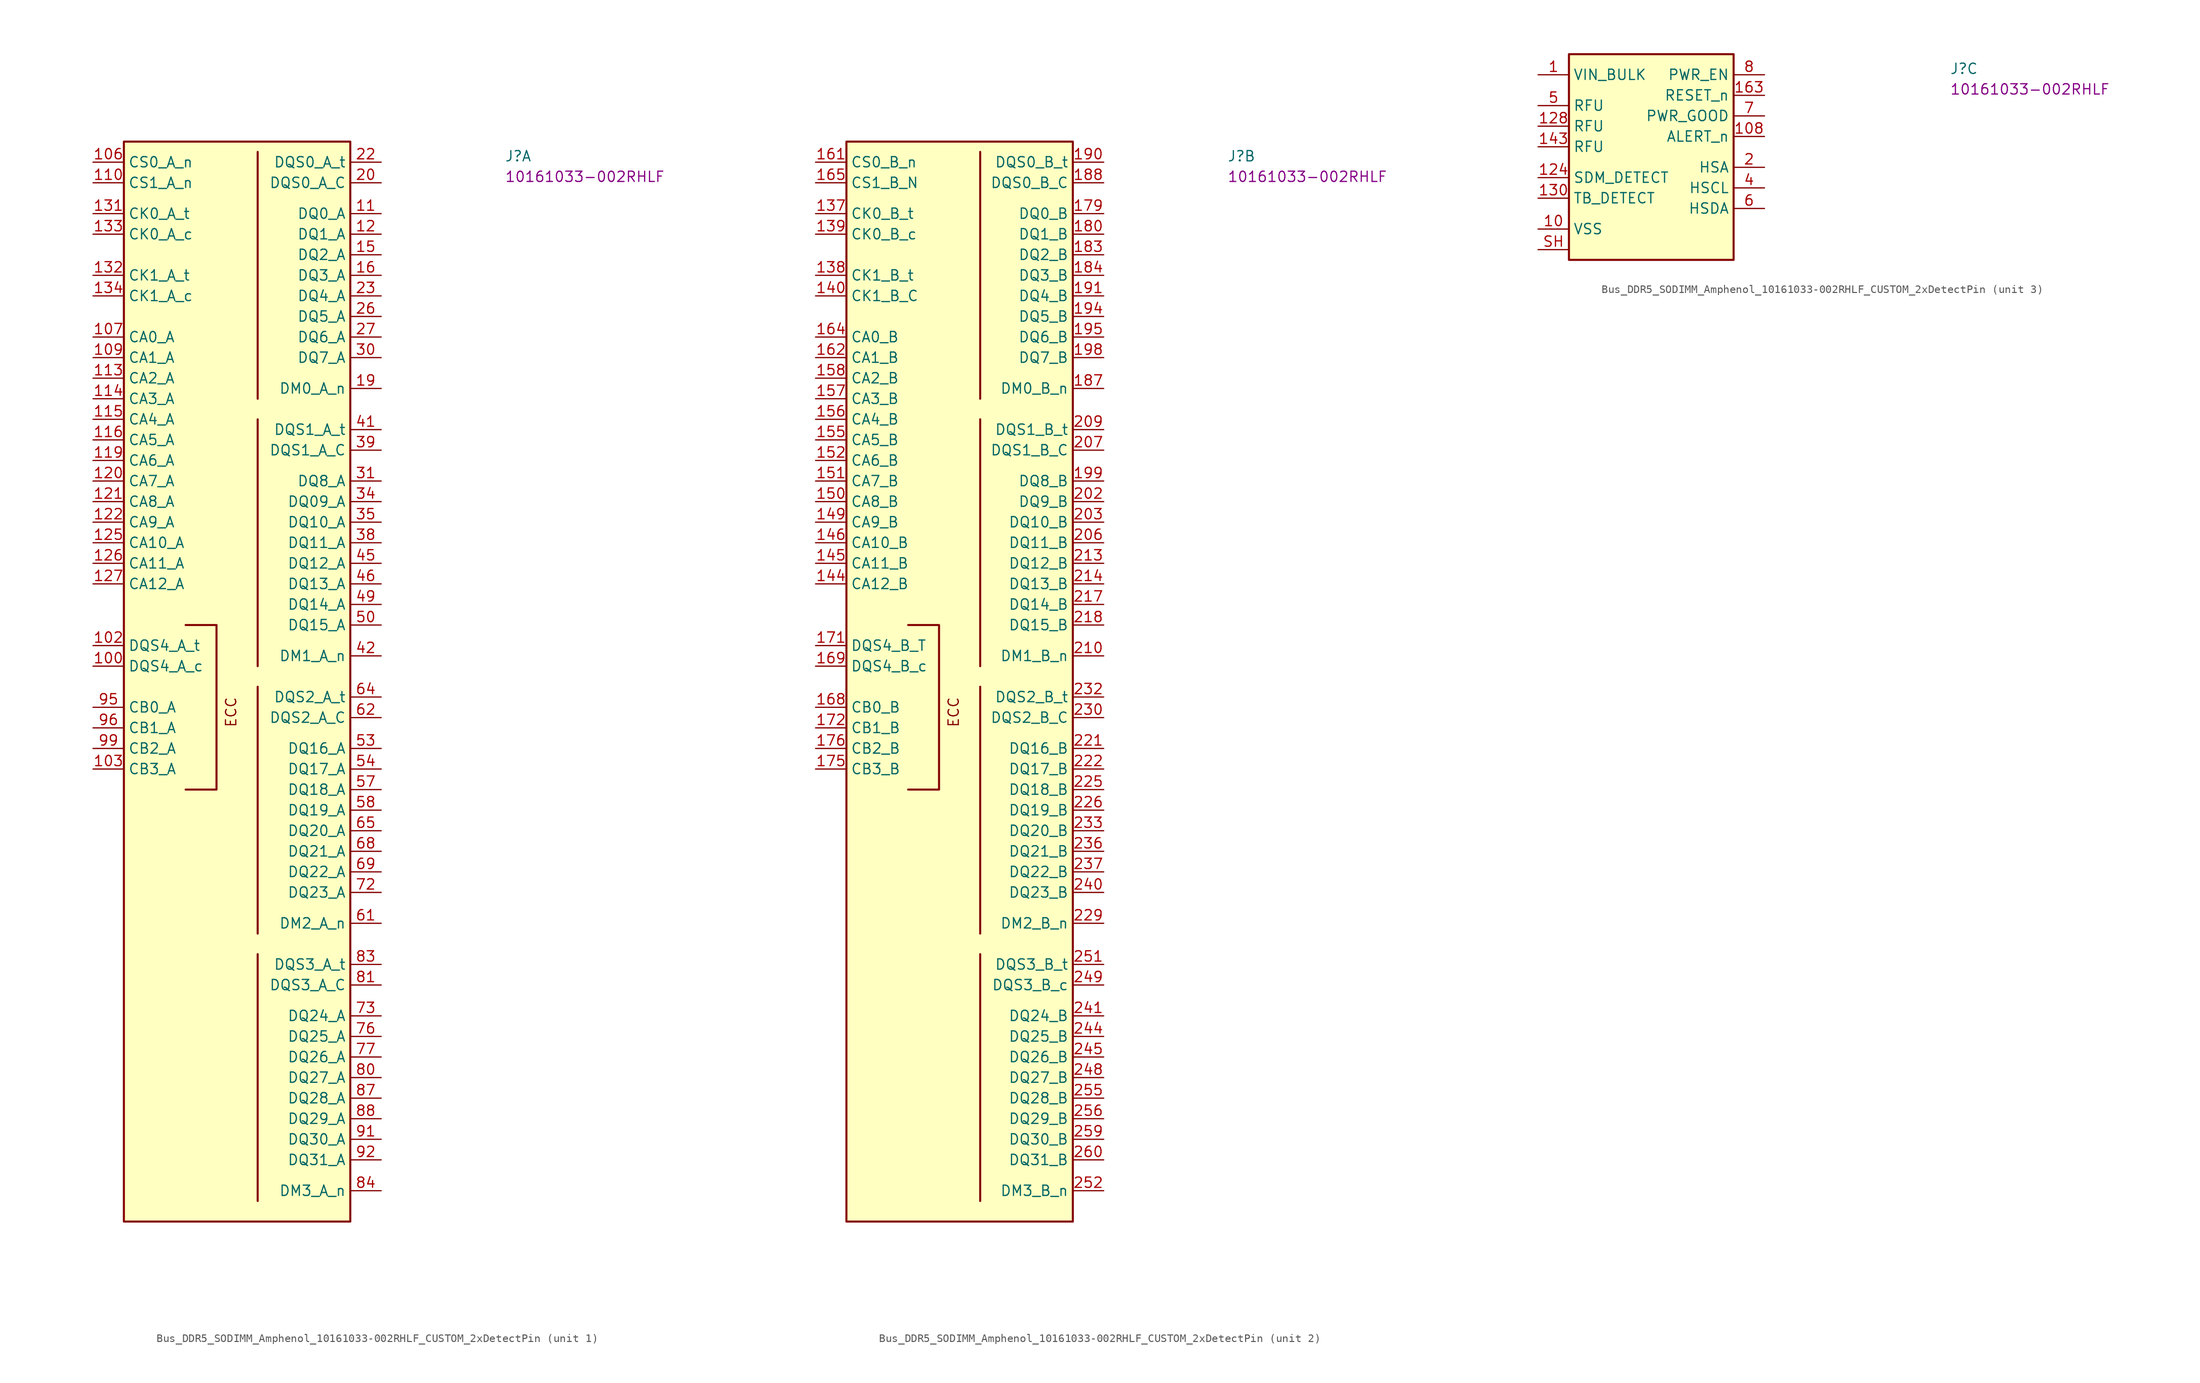
<source format=kicad_sym>
(kicad_symbol_lib
  (version 20211014)
  (generator kicad_symbol_editor)
  (symbol "Bus_DDR5_SODIMM_Amphenol_10161033-002RHLF_CUSTOM_2xDetectPin"
    (property "Reference" "J"
      (at 50.8 0 0)
      (effects (font (size 1.27 1.27) (thickness 0.15)) (justify left bottom)))
    (property "MPN" "10161033-002RHLF"
      (at 50.8 -2.54 0)
      (effects (font (size 1.27 1.27) (thickness 0.15)) (justify left bottom)))
    (property "ki_locked" ""
      (at 0 0 0)
      (effects (font (size 1.27 1.27))))
    (symbol "Bus_DDR5_SODIMM_Amphenol_10161033-002RHLF_CUSTOM_2xDetectPin_1_1"
      (polyline (pts (xy 20.32 -97.79) (xy 20.32 -128.27)) (stroke (width 0.254) (type default) (color 0 0 0 0)) (fill (type background)))
      (polyline (pts (xy 20.32 -64.77) (xy 20.32 -95.25)) (stroke (width 0.254) (type default) (color 0 0 0 0)) (fill (type background)))
      (polyline (pts (xy 20.32 -31.75) (xy 20.32 -62.23)) (stroke (width 0.254) (type default) (color 0 0 0 0)) (fill (type background)))
      (polyline (pts (xy 20.32 1.27) (xy 20.32 -29.21)) (stroke (width 0.254) (type default) (color 0 0 0 0)) (fill (type background)))
      (polyline (pts (xy 11.43 -57.15) (xy 15.24 -57.15) (xy 15.24 -77.47) (xy 11.43 -77.47)) (stroke (width 0.254) (type default) (color 0 0 0 0)) (fill (type background)))
      (rectangle (start 3.81 2.54) (end 31.75 -130.81) (stroke (width 0.254) (type default) (color 0 0 0 0)) (fill (type background)))
      (text "ECC" (at 17.78 -69.85 900) (effects (font (size 1.27 1.27) (thickness 0.15)) (justify left bottom)))
      (pin passive line (at 0 -62.23 0) (length 3.81) (name "DQS4_A_c" (effects (font (size 1.27 1.27)))) (number "100" (effects (font (size 1.27 1.27)))))
      (pin passive line (at 0 -59.69 0) (length 3.81) (name "DQS4_A_t" (effects (font (size 1.27 1.27)))) (number "102" (effects (font (size 1.27 1.27)))))
      (pin passive line (at 0 -74.93 0) (length 3.81) (name "CB3_A" (effects (font (size 1.27 1.27)))) (number "103" (effects (font (size 1.27 1.27)))))
      (pin passive line (at 0 0 0) (length 3.81) (name "CS0_A_n" (effects (font (size 1.27 1.27)))) (number "106" (effects (font (size 1.27 1.27)))))
      (pin passive line (at 0 -21.59 0) (length 3.81) (name "CA0_A" (effects (font (size 1.27 1.27)))) (number "107" (effects (font (size 1.27 1.27)))))
      (pin passive line (at 0 -24.13 0) (length 3.81) (name "CA1_A" (effects (font (size 1.27 1.27)))) (number "109" (effects (font (size 1.27 1.27)))))
      (pin passive line (at 35.56 -6.35 180) (length 3.81) (name "DQ0_A" (effects (font (size 1.27 1.27)))) (number "11" (effects (font (size 1.27 1.27)))))
      (pin passive line (at 0 -2.54 0) (length 3.81) (name "CS1_A_n" (effects (font (size 1.27 1.27)))) (number "110" (effects (font (size 1.27 1.27)))))
      (pin passive line (at 0 -26.67 0) (length 3.81) (name "CA2_A" (effects (font (size 1.27 1.27)))) (number "113" (effects (font (size 1.27 1.27)))))
      (pin passive line (at 0 -29.21 0) (length 3.81) (name "CA3_A" (effects (font (size 1.27 1.27)))) (number "114" (effects (font (size 1.27 1.27)))))
      (pin passive line (at 0 -31.75 0) (length 3.81) (name "CA4_A" (effects (font (size 1.27 1.27)))) (number "115" (effects (font (size 1.27 1.27)))))
      (pin passive line (at 0 -34.29 0) (length 3.81) (name "CA5_A" (effects (font (size 1.27 1.27)))) (number "116" (effects (font (size 1.27 1.27)))))
      (pin passive line (at 0 -36.83 0) (length 3.81) (name "CA6_A" (effects (font (size 1.27 1.27)))) (number "119" (effects (font (size 1.27 1.27)))))
      (pin passive line (at 35.56 -8.89 180) (length 3.81) (name "DQ1_A" (effects (font (size 1.27 1.27)))) (number "12" (effects (font (size 1.27 1.27)))))
      (pin passive line (at 0 -39.37 0) (length 3.81) (name "CA7_A" (effects (font (size 1.27 1.27)))) (number "120" (effects (font (size 1.27 1.27)))))
      (pin passive line (at 0 -41.91 0) (length 3.81) (name "CA8_A" (effects (font (size 1.27 1.27)))) (number "121" (effects (font (size 1.27 1.27)))))
      (pin passive line (at 0 -44.45 0) (length 3.81) (name "CA9_A" (effects (font (size 1.27 1.27)))) (number "122" (effects (font (size 1.27 1.27)))))
      (pin passive line (at 0 -46.99 0) (length 3.81) (name "CA10_A" (effects (font (size 1.27 1.27)))) (number "125" (effects (font (size 1.27 1.27)))))
      (pin passive line (at 0 -49.53 0) (length 3.81) (name "CA11_A" (effects (font (size 1.27 1.27)))) (number "126" (effects (font (size 1.27 1.27)))))
      (pin passive line (at 0 -52.07 0) (length 3.81) (name "CA12_A" (effects (font (size 1.27 1.27)))) (number "127" (effects (font (size 1.27 1.27)))))
      (pin passive line (at 0 -6.35 0) (length 3.81) (name "CK0_A_t" (effects (font (size 1.27 1.27)))) (number "131" (effects (font (size 1.27 1.27)))))
      (pin passive line (at 0 -13.97 0) (length 3.81) (name "CK1_A_t" (effects (font (size 1.27 1.27)))) (number "132" (effects (font (size 1.27 1.27)))))
      (pin passive line (at 0 -8.89 0) (length 3.81) (name "CK0_A_c" (effects (font (size 1.27 1.27)))) (number "133" (effects (font (size 1.27 1.27)))))
      (pin passive line (at 0 -16.51 0) (length 3.81) (name "CK1_A_c" (effects (font (size 1.27 1.27)))) (number "134" (effects (font (size 1.27 1.27)))))
      (pin passive line (at 35.56 -11.43 180) (length 3.81) (name "DQ2_A" (effects (font (size 1.27 1.27)))) (number "15" (effects (font (size 1.27 1.27)))))
      (pin passive line (at 35.56 -13.97 180) (length 3.81) (name "DQ3_A" (effects (font (size 1.27 1.27)))) (number "16" (effects (font (size 1.27 1.27)))))
      (pin passive line (at 35.56 -27.94 180) (length 3.81) (name "DM0_A_n" (effects (font (size 1.27 1.27)))) (number "19" (effects (font (size 1.27 1.27)))))
      (pin passive line (at 35.56 -2.54 180) (length 3.81) (name "DQS0_A_C" (effects (font (size 1.27 1.27)))) (number "20" (effects (font (size 1.27 1.27)))))
      (pin passive line (at 35.56 0 180) (length 3.81) (name "DQS0_A_t" (effects (font (size 1.27 1.27)))) (number "22" (effects (font (size 1.27 1.27)))))
      (pin passive line (at 35.56 -16.51 180) (length 3.81) (name "DQ4_A" (effects (font (size 1.27 1.27)))) (number "23" (effects (font (size 1.27 1.27)))))
      (pin passive line (at 35.56 -19.05 180) (length 3.81) (name "DQ5_A" (effects (font (size 1.27 1.27)))) (number "26" (effects (font (size 1.27 1.27)))))
      (pin passive line (at 35.56 -21.59 180) (length 3.81) (name "DQ6_A" (effects (font (size 1.27 1.27)))) (number "27" (effects (font (size 1.27 1.27)))))
      (pin passive line (at 35.56 -24.13 180) (length 3.81) (name "DQ7_A" (effects (font (size 1.27 1.27)))) (number "30" (effects (font (size 1.27 1.27)))))
      (pin passive line (at 35.56 -39.37 180) (length 3.81) (name "DQ8_A" (effects (font (size 1.27 1.27)))) (number "31" (effects (font (size 1.27 1.27)))))
      (pin passive line (at 35.56 -41.91 180) (length 3.81) (name "DQ09_A" (effects (font (size 1.27 1.27)))) (number "34" (effects (font (size 1.27 1.27)))))
      (pin passive line (at 35.56 -44.45 180) (length 3.81) (name "DQ10_A" (effects (font (size 1.27 1.27)))) (number "35" (effects (font (size 1.27 1.27)))))
      (pin passive line (at 35.56 -46.99 180) (length 3.81) (name "DQ11_A" (effects (font (size 1.27 1.27)))) (number "38" (effects (font (size 1.27 1.27)))))
      (pin passive line (at 35.56 -35.56 180) (length 3.81) (name "DQS1_A_C" (effects (font (size 1.27 1.27)))) (number "39" (effects (font (size 1.27 1.27)))))
      (pin passive line (at 35.56 -33.02 180) (length 3.81) (name "DQS1_A_t" (effects (font (size 1.27 1.27)))) (number "41" (effects (font (size 1.27 1.27)))))
      (pin passive line (at 35.56 -60.96 180) (length 3.81) (name "DM1_A_n" (effects (font (size 1.27 1.27)))) (number "42" (effects (font (size 1.27 1.27)))))
      (pin passive line (at 35.56 -49.53 180) (length 3.81) (name "DQ12_A" (effects (font (size 1.27 1.27)))) (number "45" (effects (font (size 1.27 1.27)))))
      (pin passive line (at 35.56 -52.07 180) (length 3.81) (name "DQ13_A" (effects (font (size 1.27 1.27)))) (number "46" (effects (font (size 1.27 1.27)))))
      (pin passive line (at 35.56 -54.61 180) (length 3.81) (name "DQ14_A" (effects (font (size 1.27 1.27)))) (number "49" (effects (font (size 1.27 1.27)))))
      (pin passive line (at 35.56 -57.15 180) (length 3.81) (name "DQ15_A" (effects (font (size 1.27 1.27)))) (number "50" (effects (font (size 1.27 1.27)))))
      (pin passive line (at 35.56 -72.39 180) (length 3.81) (name "DQ16_A" (effects (font (size 1.27 1.27)))) (number "53" (effects (font (size 1.27 1.27)))))
      (pin passive line (at 35.56 -74.93 180) (length 3.81) (name "DQ17_A" (effects (font (size 1.27 1.27)))) (number "54" (effects (font (size 1.27 1.27)))))
      (pin passive line (at 35.56 -77.47 180) (length 3.81) (name "DQ18_A" (effects (font (size 1.27 1.27)))) (number "57" (effects (font (size 1.27 1.27)))))
      (pin passive line (at 35.56 -80.01 180) (length 3.81) (name "DQ19_A" (effects (font (size 1.27 1.27)))) (number "58" (effects (font (size 1.27 1.27)))))
      (pin passive line (at 35.56 -93.98 180) (length 3.81) (name "DM2_A_n" (effects (font (size 1.27 1.27)))) (number "61" (effects (font (size 1.27 1.27)))))
      (pin passive line (at 35.56 -68.58 180) (length 3.81) (name "DQS2_A_C" (effects (font (size 1.27 1.27)))) (number "62" (effects (font (size 1.27 1.27)))))
      (pin passive line (at 35.56 -66.04 180) (length 3.81) (name "DQS2_A_t" (effects (font (size 1.27 1.27)))) (number "64" (effects (font (size 1.27 1.27)))))
      (pin passive line (at 35.56 -82.55 180) (length 3.81) (name "DQ20_A" (effects (font (size 1.27 1.27)))) (number "65" (effects (font (size 1.27 1.27)))))
      (pin passive line (at 35.56 -85.09 180) (length 3.81) (name "DQ21_A" (effects (font (size 1.27 1.27)))) (number "68" (effects (font (size 1.27 1.27)))))
      (pin passive line (at 35.56 -87.63 180) (length 3.81) (name "DQ22_A" (effects (font (size 1.27 1.27)))) (number "69" (effects (font (size 1.27 1.27)))))
      (pin passive line (at 35.56 -90.17 180) (length 3.81) (name "DQ23_A" (effects (font (size 1.27 1.27)))) (number "72" (effects (font (size 1.27 1.27)))))
      (pin passive line (at 35.56 -105.41 180) (length 3.81) (name "DQ24_A" (effects (font (size 1.27 1.27)))) (number "73" (effects (font (size 1.27 1.27)))))
      (pin passive line (at 35.56 -107.95 180) (length 3.81) (name "DQ25_A" (effects (font (size 1.27 1.27)))) (number "76" (effects (font (size 1.27 1.27)))))
      (pin passive line (at 35.56 -110.49 180) (length 3.81) (name "DQ26_A" (effects (font (size 1.27 1.27)))) (number "77" (effects (font (size 1.27 1.27)))))
      (pin passive line (at 35.56 -113.03 180) (length 3.81) (name "DQ27_A" (effects (font (size 1.27 1.27)))) (number "80" (effects (font (size 1.27 1.27)))))
      (pin passive line (at 35.56 -101.6 180) (length 3.81) (name "DQS3_A_C" (effects (font (size 1.27 1.27)))) (number "81" (effects (font (size 1.27 1.27)))))
      (pin passive line (at 35.56 -99.06 180) (length 3.81) (name "DQS3_A_t" (effects (font (size 1.27 1.27)))) (number "83" (effects (font (size 1.27 1.27)))))
      (pin passive line (at 35.56 -127 180) (length 3.81) (name "DM3_A_n" (effects (font (size 1.27 1.27)))) (number "84" (effects (font (size 1.27 1.27)))))
      (pin passive line (at 35.56 -115.57 180) (length 3.81) (name "DQ28_A" (effects (font (size 1.27 1.27)))) (number "87" (effects (font (size 1.27 1.27)))))
      (pin passive line (at 35.56 -118.11 180) (length 3.81) (name "DQ29_A" (effects (font (size 1.27 1.27)))) (number "88" (effects (font (size 1.27 1.27)))))
      (pin passive line (at 35.56 -120.65 180) (length 3.81) (name "DQ30_A" (effects (font (size 1.27 1.27)))) (number "91" (effects (font (size 1.27 1.27)))))
      (pin passive line (at 35.56 -123.19 180) (length 3.81) (name "DQ31_A" (effects (font (size 1.27 1.27)))) (number "92" (effects (font (size 1.27 1.27)))))
      (pin passive line (at 0 -67.31 0) (length 3.81) (name "CB0_A" (effects (font (size 1.27 1.27)))) (number "95" (effects (font (size 1.27 1.27)))))
      (pin passive line (at 0 -69.85 0) (length 3.81) (name "CB1_A" (effects (font (size 1.27 1.27)))) (number "96" (effects (font (size 1.27 1.27)))))
      (pin passive line (at 0 -72.39 0) (length 3.81) (name "CB2_A" (effects (font (size 1.27 1.27)))) (number "99" (effects (font (size 1.27 1.27))))))
    (symbol "Bus_DDR5_SODIMM_Amphenol_10161033-002RHLF_CUSTOM_2xDetectPin_2_1"
      (polyline (pts (xy 20.32 -97.79) (xy 20.32 -128.27)) (stroke (width 0.254) (type default) (color 0 0 0 0)) (fill (type background)))
      (polyline (pts (xy 20.32 -64.77) (xy 20.32 -95.25)) (stroke (width 0.254) (type default) (color 0 0 0 0)) (fill (type background)))
      (polyline (pts (xy 20.32 -31.75) (xy 20.32 -62.23)) (stroke (width 0.254) (type default) (color 0 0 0 0)) (fill (type background)))
      (polyline (pts (xy 20.32 1.27) (xy 20.32 -29.21)) (stroke (width 0.254) (type default) (color 0 0 0 0)) (fill (type background)))
      (polyline (pts (xy 11.43 -57.15) (xy 15.24 -57.15) (xy 15.24 -77.47) (xy 11.43 -77.47)) (stroke (width 0.254) (type default) (color 0 0 0 0)) (fill (type background)))
      (rectangle (start 3.81 2.54) (end 31.75 -130.81) (stroke (width 0.254) (type default) (color 0 0 0 0)) (fill (type background)))
      (text "ECC" (at 17.78 -69.85 900) (effects (font (size 1.27 1.27) (thickness 0.15)) (justify left bottom)))
      (pin passive line (at 0 -6.35 0) (length 3.81) (name "CK0_B_t" (effects (font (size 1.27 1.27)))) (number "137" (effects (font (size 1.27 1.27)))))
      (pin passive line (at 0 -13.97 0) (length 3.81) (name "CK1_B_t" (effects (font (size 1.27 1.27)))) (number "138" (effects (font (size 1.27 1.27)))))
      (pin passive line (at 0 -8.89 0) (length 3.81) (name "CK0_B_c" (effects (font (size 1.27 1.27)))) (number "139" (effects (font (size 1.27 1.27)))))
      (pin passive line (at 0 -16.51 0) (length 3.81) (name "CK1_B_C" (effects (font (size 1.27 1.27)))) (number "140" (effects (font (size 1.27 1.27)))))
      (pin passive line (at 0 -52.07 0) (length 3.81) (name "CA12_B" (effects (font (size 1.27 1.27)))) (number "144" (effects (font (size 1.27 1.27)))))
      (pin passive line (at 0 -49.53 0) (length 3.81) (name "CA11_B" (effects (font (size 1.27 1.27)))) (number "145" (effects (font (size 1.27 1.27)))))
      (pin passive line (at 0 -46.99 0) (length 3.81) (name "CA10_B" (effects (font (size 1.27 1.27)))) (number "146" (effects (font (size 1.27 1.27)))))
      (pin passive line (at 0 -44.45 0) (length 3.81) (name "CA9_B" (effects (font (size 1.27 1.27)))) (number "149" (effects (font (size 1.27 1.27)))))
      (pin passive line (at 0 -41.91 0) (length 3.81) (name "CA8_B" (effects (font (size 1.27 1.27)))) (number "150" (effects (font (size 1.27 1.27)))))
      (pin passive line (at 0 -39.37 0) (length 3.81) (name "CA7_B" (effects (font (size 1.27 1.27)))) (number "151" (effects (font (size 1.27 1.27)))))
      (pin passive line (at 0 -36.83 0) (length 3.81) (name "CA6_B" (effects (font (size 1.27 1.27)))) (number "152" (effects (font (size 1.27 1.27)))))
      (pin passive line (at 0 -34.29 0) (length 3.81) (name "CA5_B" (effects (font (size 1.27 1.27)))) (number "155" (effects (font (size 1.27 1.27)))))
      (pin passive line (at 0 -31.75 0) (length 3.81) (name "CA4_B" (effects (font (size 1.27 1.27)))) (number "156" (effects (font (size 1.27 1.27)))))
      (pin passive line (at 0 -29.21 0) (length 3.81) (name "CA3_B" (effects (font (size 1.27 1.27)))) (number "157" (effects (font (size 1.27 1.27)))))
      (pin passive line (at 0 -26.67 0) (length 3.81) (name "CA2_B" (effects (font (size 1.27 1.27)))) (number "158" (effects (font (size 1.27 1.27)))))
      (pin passive line (at 0 0 0) (length 3.81) (name "CS0_B_n" (effects (font (size 1.27 1.27)))) (number "161" (effects (font (size 1.27 1.27)))))
      (pin passive line (at 0 -24.13 0) (length 3.81) (name "CA1_B" (effects (font (size 1.27 1.27)))) (number "162" (effects (font (size 1.27 1.27)))))
      (pin passive line (at 0 -21.59 0) (length 3.81) (name "CA0_B" (effects (font (size 1.27 1.27)))) (number "164" (effects (font (size 1.27 1.27)))))
      (pin passive line (at 0 -2.54 0) (length 3.81) (name "CS1_B_N" (effects (font (size 1.27 1.27)))) (number "165" (effects (font (size 1.27 1.27)))))
      (pin passive line (at 0 -67.31 0) (length 3.81) (name "CB0_B" (effects (font (size 1.27 1.27)))) (number "168" (effects (font (size 1.27 1.27)))))
      (pin passive line (at 0 -62.23 0) (length 3.81) (name "DQS4_B_c" (effects (font (size 1.27 1.27)))) (number "169" (effects (font (size 1.27 1.27)))))
      (pin passive line (at 0 -59.69 0) (length 3.81) (name "DQS4_B_T" (effects (font (size 1.27 1.27)))) (number "171" (effects (font (size 1.27 1.27)))))
      (pin passive line (at 0 -69.85 0) (length 3.81) (name "CB1_B" (effects (font (size 1.27 1.27)))) (number "172" (effects (font (size 1.27 1.27)))))
      (pin passive line (at 0 -74.93 0) (length 3.81) (name "CB3_B" (effects (font (size 1.27 1.27)))) (number "175" (effects (font (size 1.27 1.27)))))
      (pin passive line (at 0 -72.39 0) (length 3.81) (name "CB2_B" (effects (font (size 1.27 1.27)))) (number "176" (effects (font (size 1.27 1.27)))))
      (pin passive line (at 35.56 -6.35 180) (length 3.81) (name "DQ0_B" (effects (font (size 1.27 1.27)))) (number "179" (effects (font (size 1.27 1.27)))))
      (pin passive line (at 35.56 -8.89 180) (length 3.81) (name "DQ1_B" (effects (font (size 1.27 1.27)))) (number "180" (effects (font (size 1.27 1.27)))))
      (pin passive line (at 35.56 -11.43 180) (length 3.81) (name "DQ2_B" (effects (font (size 1.27 1.27)))) (number "183" (effects (font (size 1.27 1.27)))))
      (pin passive line (at 35.56 -13.97 180) (length 3.81) (name "DQ3_B" (effects (font (size 1.27 1.27)))) (number "184" (effects (font (size 1.27 1.27)))))
      (pin passive line (at 35.56 -27.94 180) (length 3.81) (name "DM0_B_n" (effects (font (size 1.27 1.27)))) (number "187" (effects (font (size 1.27 1.27)))))
      (pin passive line (at 35.56 -2.54 180) (length 3.81) (name "DQS0_B_C" (effects (font (size 1.27 1.27)))) (number "188" (effects (font (size 1.27 1.27)))))
      (pin passive line (at 35.56 0 180) (length 3.81) (name "DQS0_B_t" (effects (font (size 1.27 1.27)))) (number "190" (effects (font (size 1.27 1.27)))))
      (pin passive line (at 35.56 -16.51 180) (length 3.81) (name "DQ4_B" (effects (font (size 1.27 1.27)))) (number "191" (effects (font (size 1.27 1.27)))))
      (pin passive line (at 35.56 -19.05 180) (length 3.81) (name "DQ5_B" (effects (font (size 1.27 1.27)))) (number "194" (effects (font (size 1.27 1.27)))))
      (pin passive line (at 35.56 -21.59 180) (length 3.81) (name "DQ6_B" (effects (font (size 1.27 1.27)))) (number "195" (effects (font (size 1.27 1.27)))))
      (pin passive line (at 35.56 -24.13 180) (length 3.81) (name "DQ7_B" (effects (font (size 1.27 1.27)))) (number "198" (effects (font (size 1.27 1.27)))))
      (pin passive line (at 35.56 -39.37 180) (length 3.81) (name "DQ8_B" (effects (font (size 1.27 1.27)))) (number "199" (effects (font (size 1.27 1.27)))))
      (pin passive line (at 35.56 -41.91 180) (length 3.81) (name "DQ9_B" (effects (font (size 1.27 1.27)))) (number "202" (effects (font (size 1.27 1.27)))))
      (pin passive line (at 35.56 -44.45 180) (length 3.81) (name "DQ10_B" (effects (font (size 1.27 1.27)))) (number "203" (effects (font (size 1.27 1.27)))))
      (pin passive line (at 35.56 -46.99 180) (length 3.81) (name "DQ11_B" (effects (font (size 1.27 1.27)))) (number "206" (effects (font (size 1.27 1.27)))))
      (pin passive line (at 35.56 -35.56 180) (length 3.81) (name "DQS1_B_C" (effects (font (size 1.27 1.27)))) (number "207" (effects (font (size 1.27 1.27)))))
      (pin passive line (at 35.56 -33.02 180) (length 3.81) (name "DQS1_B_t" (effects (font (size 1.27 1.27)))) (number "209" (effects (font (size 1.27 1.27)))))
      (pin passive line (at 35.56 -60.96 180) (length 3.81) (name "DM1_B_n" (effects (font (size 1.27 1.27)))) (number "210" (effects (font (size 1.27 1.27)))))
      (pin passive line (at 35.56 -49.53 180) (length 3.81) (name "DQ12_B" (effects (font (size 1.27 1.27)))) (number "213" (effects (font (size 1.27 1.27)))))
      (pin passive line (at 35.56 -52.07 180) (length 3.81) (name "DQ13_B" (effects (font (size 1.27 1.27)))) (number "214" (effects (font (size 1.27 1.27)))))
      (pin passive line (at 35.56 -54.61 180) (length 3.81) (name "DQ14_B" (effects (font (size 1.27 1.27)))) (number "217" (effects (font (size 1.27 1.27)))))
      (pin passive line (at 35.56 -57.15 180) (length 3.81) (name "DQ15_B" (effects (font (size 1.27 1.27)))) (number "218" (effects (font (size 1.27 1.27)))))
      (pin passive line (at 35.56 -72.39 180) (length 3.81) (name "DQ16_B" (effects (font (size 1.27 1.27)))) (number "221" (effects (font (size 1.27 1.27)))))
      (pin passive line (at 35.56 -74.93 180) (length 3.81) (name "DQ17_B" (effects (font (size 1.27 1.27)))) (number "222" (effects (font (size 1.27 1.27)))))
      (pin passive line (at 35.56 -77.47 180) (length 3.81) (name "DQ18_B" (effects (font (size 1.27 1.27)))) (number "225" (effects (font (size 1.27 1.27)))))
      (pin passive line (at 35.56 -80.01 180) (length 3.81) (name "DQ19_B" (effects (font (size 1.27 1.27)))) (number "226" (effects (font (size 1.27 1.27)))))
      (pin passive line (at 35.56 -93.98 180) (length 3.81) (name "DM2_B_n" (effects (font (size 1.27 1.27)))) (number "229" (effects (font (size 1.27 1.27)))))
      (pin passive line (at 35.56 -68.58 180) (length 3.81) (name "DQS2_B_C" (effects (font (size 1.27 1.27)))) (number "230" (effects (font (size 1.27 1.27)))))
      (pin passive line (at 35.56 -66.04 180) (length 3.81) (name "DQS2_B_t" (effects (font (size 1.27 1.27)))) (number "232" (effects (font (size 1.27 1.27)))))
      (pin passive line (at 35.56 -82.55 180) (length 3.81) (name "DQ20_B" (effects (font (size 1.27 1.27)))) (number "233" (effects (font (size 1.27 1.27)))))
      (pin passive line (at 35.56 -85.09 180) (length 3.81) (name "DQ21_B" (effects (font (size 1.27 1.27)))) (number "236" (effects (font (size 1.27 1.27)))))
      (pin passive line (at 35.56 -87.63 180) (length 3.81) (name "DQ22_B" (effects (font (size 1.27 1.27)))) (number "237" (effects (font (size 1.27 1.27)))))
      (pin passive line (at 35.56 -90.17 180) (length 3.81) (name "DQ23_B" (effects (font (size 1.27 1.27)))) (number "240" (effects (font (size 1.27 1.27)))))
      (pin passive line (at 35.56 -105.41 180) (length 3.81) (name "DQ24_B" (effects (font (size 1.27 1.27)))) (number "241" (effects (font (size 1.27 1.27)))))
      (pin passive line (at 35.56 -107.95 180) (length 3.81) (name "DQ25_B" (effects (font (size 1.27 1.27)))) (number "244" (effects (font (size 1.27 1.27)))))
      (pin passive line (at 35.56 -110.49 180) (length 3.81) (name "DQ26_B" (effects (font (size 1.27 1.27)))) (number "245" (effects (font (size 1.27 1.27)))))
      (pin passive line (at 35.56 -113.03 180) (length 3.81) (name "DQ27_B" (effects (font (size 1.27 1.27)))) (number "248" (effects (font (size 1.27 1.27)))))
      (pin passive line (at 35.56 -101.6 180) (length 3.81) (name "DQS3_B_c" (effects (font (size 1.27 1.27)))) (number "249" (effects (font (size 1.27 1.27)))))
      (pin passive line (at 35.56 -99.06 180) (length 3.81) (name "DQS3_B_t" (effects (font (size 1.27 1.27)))) (number "251" (effects (font (size 1.27 1.27)))))
      (pin passive line (at 35.56 -127 180) (length 3.81) (name "DM3_B_n" (effects (font (size 1.27 1.27)))) (number "252" (effects (font (size 1.27 1.27)))))
      (pin passive line (at 35.56 -115.57 180) (length 3.81) (name "DQ28_B" (effects (font (size 1.27 1.27)))) (number "255" (effects (font (size 1.27 1.27)))))
      (pin passive line (at 35.56 -118.11 180) (length 3.81) (name "DQ29_B" (effects (font (size 1.27 1.27)))) (number "256" (effects (font (size 1.27 1.27)))))
      (pin passive line (at 35.56 -120.65 180) (length 3.81) (name "DQ30_B" (effects (font (size 1.27 1.27)))) (number "259" (effects (font (size 1.27 1.27)))))
      (pin passive line (at 35.56 -123.19 180) (length 3.81) (name "DQ31_B" (effects (font (size 1.27 1.27)))) (number "260" (effects (font (size 1.27 1.27))))))
    (symbol "Bus_DDR5_SODIMM_Amphenol_10161033-002RHLF_CUSTOM_2xDetectPin_3_1"
      (rectangle (start 3.81 2.54) (end 24.13 -22.86) (stroke (width 0.254) (type default) (color 0 0 0 0)) (fill (type background)))
      (pin passive line (at 0 0 0) (length 3.81) (name "VIN_BULK" (effects (font (size 1.27 1.27)))) (number "1" (effects (font (size 1.27 1.27)))))
      (pin passive line (at 0 -19.05 0) (length 3.81) (name "VSS" (effects (font (size 1.27 1.27)))) (number "10" (effects (font (size 1.27 1.27)))))
      (pin passive line (at 0 -19.05 0) (length 3.81) hide (name "VSS" (effects (font (size 1.27 1.27)))) (number "101" (effects (font (size 1.27 1.27)))))
      (pin passive line (at 0 -19.05 0) (length 3.81) hide (name "VSS" (effects (font (size 1.27 1.27)))) (number "104" (effects (font (size 1.27 1.27)))))
      (pin passive line (at 0 -19.05 0) (length 3.81) hide (name "VSS" (effects (font (size 1.27 1.27)))) (number "105" (effects (font (size 1.27 1.27)))))
      (pin passive line (at 27.94 -7.62 180) (length 3.81) (name "ALERT_n" (effects (font (size 1.27 1.27)))) (number "108" (effects (font (size 1.27 1.27)))))
      (pin passive line (at 0 -19.05 0) (length 3.81) hide (name "VSS" (effects (font (size 1.27 1.27)))) (number "111" (effects (font (size 1.27 1.27)))))
      (pin passive line (at 0 -19.05 0) (length 3.81) hide (name "VSS" (effects (font (size 1.27 1.27)))) (number "112" (effects (font (size 1.27 1.27)))))
      (pin passive line (at 0 -19.05 0) (length 3.81) hide (name "VSS" (effects (font (size 1.27 1.27)))) (number "117" (effects (font (size 1.27 1.27)))))
      (pin passive line (at 0 -19.05 0) (length 3.81) hide (name "VSS" (effects (font (size 1.27 1.27)))) (number "118" (effects (font (size 1.27 1.27)))))
      (pin passive line (at 0 -19.05 0) (length 3.81) hide (name "VSS" (effects (font (size 1.27 1.27)))) (number "123" (effects (font (size 1.27 1.27)))))
      (pin passive line (at 0 -12.7 0) (length 3.81) (name "SDM_DETECT" (effects (font (size 1.27 1.27)))) (number "124" (effects (font (size 1.27 1.27)))))
      (pin passive line (at 0 -6.35 0) (length 3.81) (name "RFU" (effects (font (size 1.27 1.27)))) (number "128" (effects (font (size 1.27 1.27)))))
      (pin passive line (at 0 -19.05 0) (length 3.81) hide (name "VSS" (effects (font (size 1.27 1.27)))) (number "129" (effects (font (size 1.27 1.27)))))
      (pin passive line (at 0 -19.05 0) (length 3.81) hide (name "VSS" (effects (font (size 1.27 1.27)))) (number "13" (effects (font (size 1.27 1.27)))))
      (pin passive line (at 0 -15.24 0) (length 3.81) (name "TB_DETECT" (effects (font (size 1.27 1.27)))) (number "130" (effects (font (size 1.27 1.27)))))
      (pin passive line (at 0 -19.05 0) (length 3.81) hide (name "VSS" (effects (font (size 1.27 1.27)))) (number "135" (effects (font (size 1.27 1.27)))))
      (pin passive line (at 0 -19.05 0) (length 3.81) hide (name "VSS" (effects (font (size 1.27 1.27)))) (number "136" (effects (font (size 1.27 1.27)))))
      (pin passive line (at 0 -19.05 0) (length 3.81) hide (name "VSS" (effects (font (size 1.27 1.27)))) (number "14" (effects (font (size 1.27 1.27)))))
      (pin passive line (at 0 -19.05 0) (length 3.81) hide (name "VSS" (effects (font (size 1.27 1.27)))) (number "141" (effects (font (size 1.27 1.27)))))
      (pin passive line (at 0 -19.05 0) (length 3.81) hide (name "VSS" (effects (font (size 1.27 1.27)))) (number "142" (effects (font (size 1.27 1.27)))))
      (pin passive line (at 0 -8.89 0) (length 3.81) (name "RFU" (effects (font (size 1.27 1.27)))) (number "143" (effects (font (size 1.27 1.27)))))
      (pin passive line (at 0 -19.05 0) (length 3.81) hide (name "VSS" (effects (font (size 1.27 1.27)))) (number "147" (effects (font (size 1.27 1.27)))))
      (pin passive line (at 0 -19.05 0) (length 3.81) hide (name "VSS" (effects (font (size 1.27 1.27)))) (number "148" (effects (font (size 1.27 1.27)))))
      (pin passive line (at 0 -19.05 0) (length 3.81) hide (name "VSS" (effects (font (size 1.27 1.27)))) (number "153" (effects (font (size 1.27 1.27)))))
      (pin passive line (at 0 -19.05 0) (length 3.81) hide (name "VSS" (effects (font (size 1.27 1.27)))) (number "154" (effects (font (size 1.27 1.27)))))
      (pin passive line (at 0 -19.05 0) (length 3.81) hide (name "VSS" (effects (font (size 1.27 1.27)))) (number "159" (effects (font (size 1.27 1.27)))))
      (pin passive line (at 0 -19.05 0) (length 3.81) hide (name "VSS" (effects (font (size 1.27 1.27)))) (number "160" (effects (font (size 1.27 1.27)))))
      (pin passive line (at 27.94 -2.54 180) (length 3.81) (name "RESET_n" (effects (font (size 1.27 1.27)))) (number "163" (effects (font (size 1.27 1.27)))))
      (pin passive line (at 0 -19.05 0) (length 3.81) hide (name "VSS" (effects (font (size 1.27 1.27)))) (number "166" (effects (font (size 1.27 1.27)))))
      (pin passive line (at 0 -19.05 0) (length 3.81) hide (name "VSS" (effects (font (size 1.27 1.27)))) (number "167" (effects (font (size 1.27 1.27)))))
      (pin passive line (at 0 -19.05 0) (length 3.81) hide (name "VSS" (effects (font (size 1.27 1.27)))) (number "17" (effects (font (size 1.27 1.27)))))
      (pin passive line (at 0 -19.05 0) (length 3.81) hide (name "VSS" (effects (font (size 1.27 1.27)))) (number "170" (effects (font (size 1.27 1.27)))))
      (pin passive line (at 0 -19.05 0) (length 3.81) hide (name "VSS" (effects (font (size 1.27 1.27)))) (number "173" (effects (font (size 1.27 1.27)))))
      (pin passive line (at 0 -19.05 0) (length 3.81) hide (name "VSS" (effects (font (size 1.27 1.27)))) (number "174" (effects (font (size 1.27 1.27)))))
      (pin passive line (at 0 -19.05 0) (length 3.81) hide (name "VSS" (effects (font (size 1.27 1.27)))) (number "177" (effects (font (size 1.27 1.27)))))
      (pin passive line (at 0 -19.05 0) (length 3.81) hide (name "VSS" (effects (font (size 1.27 1.27)))) (number "178" (effects (font (size 1.27 1.27)))))
      (pin passive line (at 0 -19.05 0) (length 3.81) hide (name "VSS" (effects (font (size 1.27 1.27)))) (number "18" (effects (font (size 1.27 1.27)))))
      (pin passive line (at 0 -19.05 0) (length 3.81) hide (name "VSS" (effects (font (size 1.27 1.27)))) (number "181" (effects (font (size 1.27 1.27)))))
      (pin passive line (at 0 -19.05 0) (length 3.81) hide (name "VSS" (effects (font (size 1.27 1.27)))) (number "182" (effects (font (size 1.27 1.27)))))
      (pin passive line (at 0 -19.05 0) (length 3.81) hide (name "VSS" (effects (font (size 1.27 1.27)))) (number "185" (effects (font (size 1.27 1.27)))))
      (pin passive line (at 0 -19.05 0) (length 3.81) hide (name "VSS" (effects (font (size 1.27 1.27)))) (number "186" (effects (font (size 1.27 1.27)))))
      (pin passive line (at 0 -19.05 0) (length 3.81) hide (name "VSS" (effects (font (size 1.27 1.27)))) (number "189" (effects (font (size 1.27 1.27)))))
      (pin passive line (at 0 -19.05 0) (length 3.81) hide (name "VSS" (effects (font (size 1.27 1.27)))) (number "192" (effects (font (size 1.27 1.27)))))
      (pin passive line (at 0 -19.05 0) (length 3.81) hide (name "VSS" (effects (font (size 1.27 1.27)))) (number "193" (effects (font (size 1.27 1.27)))))
      (pin passive line (at 0 -19.05 0) (length 3.81) hide (name "VSS" (effects (font (size 1.27 1.27)))) (number "196" (effects (font (size 1.27 1.27)))))
      (pin passive line (at 0 -19.05 0) (length 3.81) hide (name "VSS" (effects (font (size 1.27 1.27)))) (number "197" (effects (font (size 1.27 1.27)))))
      (pin passive line (at 27.94 -11.43 180) (length 3.81) (name "HSA" (effects (font (size 1.27 1.27)))) (number "2" (effects (font (size 1.27 1.27)))))
      (pin passive line (at 0 -19.05 0) (length 3.81) hide (name "VSS" (effects (font (size 1.27 1.27)))) (number "200" (effects (font (size 1.27 1.27)))))
      (pin passive line (at 0 -19.05 0) (length 3.81) hide (name "VSS" (effects (font (size 1.27 1.27)))) (number "201" (effects (font (size 1.27 1.27)))))
      (pin passive line (at 0 -19.05 0) (length 3.81) hide (name "VSS" (effects (font (size 1.27 1.27)))) (number "204" (effects (font (size 1.27 1.27)))))
      (pin passive line (at 0 -19.05 0) (length 3.81) hide (name "VSS" (effects (font (size 1.27 1.27)))) (number "205" (effects (font (size 1.27 1.27)))))
      (pin passive line (at 0 -19.05 0) (length 3.81) hide (name "VSS" (effects (font (size 1.27 1.27)))) (number "208" (effects (font (size 1.27 1.27)))))
      (pin passive line (at 0 -19.05 0) (length 3.81) hide (name "VSS" (effects (font (size 1.27 1.27)))) (number "21" (effects (font (size 1.27 1.27)))))
      (pin passive line (at 0 -19.05 0) (length 3.81) hide (name "VSS" (effects (font (size 1.27 1.27)))) (number "211" (effects (font (size 1.27 1.27)))))
      (pin passive line (at 0 -19.05 0) (length 3.81) hide (name "VSS" (effects (font (size 1.27 1.27)))) (number "212" (effects (font (size 1.27 1.27)))))
      (pin passive line (at 0 -19.05 0) (length 3.81) hide (name "VSS" (effects (font (size 1.27 1.27)))) (number "215" (effects (font (size 1.27 1.27)))))
      (pin passive line (at 0 -19.05 0) (length 3.81) hide (name "VSS" (effects (font (size 1.27 1.27)))) (number "216" (effects (font (size 1.27 1.27)))))
      (pin passive line (at 0 -19.05 0) (length 3.81) hide (name "VSS" (effects (font (size 1.27 1.27)))) (number "219" (effects (font (size 1.27 1.27)))))
      (pin passive line (at 0 -19.05 0) (length 3.81) hide (name "VSS" (effects (font (size 1.27 1.27)))) (number "220" (effects (font (size 1.27 1.27)))))
      (pin passive line (at 0 -19.05 0) (length 3.81) hide (name "VSS" (effects (font (size 1.27 1.27)))) (number "223" (effects (font (size 1.27 1.27)))))
      (pin passive line (at 0 -19.05 0) (length 3.81) hide (name "VSS" (effects (font (size 1.27 1.27)))) (number "224" (effects (font (size 1.27 1.27)))))
      (pin passive line (at 0 -19.05 0) (length 3.81) hide (name "VSS" (effects (font (size 1.27 1.27)))) (number "227" (effects (font (size 1.27 1.27)))))
      (pin passive line (at 0 -19.05 0) (length 3.81) hide (name "VSS" (effects (font (size 1.27 1.27)))) (number "228" (effects (font (size 1.27 1.27)))))
      (pin passive line (at 0 -19.05 0) (length 3.81) hide (name "VSS" (effects (font (size 1.27 1.27)))) (number "231" (effects (font (size 1.27 1.27)))))
      (pin passive line (at 0 -19.05 0) (length 3.81) hide (name "VSS" (effects (font (size 1.27 1.27)))) (number "234" (effects (font (size 1.27 1.27)))))
      (pin passive line (at 0 -19.05 0) (length 3.81) hide (name "VSS" (effects (font (size 1.27 1.27)))) (number "235" (effects (font (size 1.27 1.27)))))
      (pin passive line (at 0 -19.05 0) (length 3.81) hide (name "VSS" (effects (font (size 1.27 1.27)))) (number "238" (effects (font (size 1.27 1.27)))))
      (pin passive line (at 0 -19.05 0) (length 3.81) hide (name "VSS" (effects (font (size 1.27 1.27)))) (number "239" (effects (font (size 1.27 1.27)))))
      (pin passive line (at 0 -19.05 0) (length 3.81) hide (name "VSS" (effects (font (size 1.27 1.27)))) (number "24" (effects (font (size 1.27 1.27)))))
      (pin passive line (at 0 -19.05 0) (length 3.81) hide (name "VSS" (effects (font (size 1.27 1.27)))) (number "242" (effects (font (size 1.27 1.27)))))
      (pin passive line (at 0 -19.05 0) (length 3.81) hide (name "VSS" (effects (font (size 1.27 1.27)))) (number "243" (effects (font (size 1.27 1.27)))))
      (pin passive line (at 0 -19.05 0) (length 3.81) hide (name "VSS" (effects (font (size 1.27 1.27)))) (number "246" (effects (font (size 1.27 1.27)))))
      (pin passive line (at 0 -19.05 0) (length 3.81) hide (name "VSS" (effects (font (size 1.27 1.27)))) (number "247" (effects (font (size 1.27 1.27)))))
      (pin passive line (at 0 -19.05 0) (length 3.81) hide (name "VSS" (effects (font (size 1.27 1.27)))) (number "25" (effects (font (size 1.27 1.27)))))
      (pin passive line (at 0 -19.05 0) (length 3.81) hide (name "VSS" (effects (font (size 1.27 1.27)))) (number "250" (effects (font (size 1.27 1.27)))))
      (pin passive line (at 0 -19.05 0) (length 3.81) hide (name "VSS" (effects (font (size 1.27 1.27)))) (number "253" (effects (font (size 1.27 1.27)))))
      (pin passive line (at 0 -19.05 0) (length 3.81) hide (name "VSS" (effects (font (size 1.27 1.27)))) (number "254" (effects (font (size 1.27 1.27)))))
      (pin passive line (at 0 -19.05 0) (length 3.81) hide (name "VSS" (effects (font (size 1.27 1.27)))) (number "257" (effects (font (size 1.27 1.27)))))
      (pin passive line (at 0 -19.05 0) (length 3.81) hide (name "VSS" (effects (font (size 1.27 1.27)))) (number "258" (effects (font (size 1.27 1.27)))))
      (pin passive line (at 0 -19.05 0) (length 3.81) hide (name "VSS" (effects (font (size 1.27 1.27)))) (number "261" (effects (font (size 1.27 1.27)))))
      (pin passive line (at 0 -19.05 0) (length 3.81) hide (name "VSS" (effects (font (size 1.27 1.27)))) (number "262" (effects (font (size 1.27 1.27)))))
      (pin passive line (at 0 -19.05 0) (length 3.81) hide (name "VSS" (effects (font (size 1.27 1.27)))) (number "28" (effects (font (size 1.27 1.27)))))
      (pin passive line (at 0 -19.05 0) (length 3.81) hide (name "VSS" (effects (font (size 1.27 1.27)))) (number "29" (effects (font (size 1.27 1.27)))))
      (pin passive line (at 0 0 0) (length 3.81) hide (name "VIN_BULK" (effects (font (size 1.27 1.27)))) (number "3" (effects (font (size 1.27 1.27)))))
      (pin passive line (at 0 -19.05 0) (length 3.81) hide (name "VSS" (effects (font (size 1.27 1.27)))) (number "32" (effects (font (size 1.27 1.27)))))
      (pin passive line (at 0 -19.05 0) (length 3.81) hide (name "VSS" (effects (font (size 1.27 1.27)))) (number "33" (effects (font (size 1.27 1.27)))))
      (pin passive line (at 0 -19.05 0) (length 3.81) hide (name "VSS" (effects (font (size 1.27 1.27)))) (number "36" (effects (font (size 1.27 1.27)))))
      (pin passive line (at 0 -19.05 0) (length 3.81) hide (name "VSS" (effects (font (size 1.27 1.27)))) (number "37" (effects (font (size 1.27 1.27)))))
      (pin passive line (at 27.94 -13.97 180) (length 3.81) (name "HSCL" (effects (font (size 1.27 1.27)))) (number "4" (effects (font (size 1.27 1.27)))))
      (pin passive line (at 0 -19.05 0) (length 3.81) hide (name "VSS" (effects (font (size 1.27 1.27)))) (number "40" (effects (font (size 1.27 1.27)))))
      (pin passive line (at 0 -19.05 0) (length 3.81) hide (name "VSS" (effects (font (size 1.27 1.27)))) (number "43" (effects (font (size 1.27 1.27)))))
      (pin passive line (at 0 -19.05 0) (length 3.81) hide (name "VSS" (effects (font (size 1.27 1.27)))) (number "44" (effects (font (size 1.27 1.27)))))
      (pin passive line (at 0 -19.05 0) (length 3.81) hide (name "VSS" (effects (font (size 1.27 1.27)))) (number "47" (effects (font (size 1.27 1.27)))))
      (pin passive line (at 0 -19.05 0) (length 3.81) hide (name "VSS" (effects (font (size 1.27 1.27)))) (number "48" (effects (font (size 1.27 1.27)))))
      (pin passive line (at 0 -3.81 0) (length 3.81) (name "RFU" (effects (font (size 1.27 1.27)))) (number "5" (effects (font (size 1.27 1.27)))))
      (pin passive line (at 0 -19.05 0) (length 3.81) hide (name "VSS" (effects (font (size 1.27 1.27)))) (number "51" (effects (font (size 1.27 1.27)))))
      (pin passive line (at 0 -19.05 0) (length 3.81) hide (name "VSS" (effects (font (size 1.27 1.27)))) (number "52" (effects (font (size 1.27 1.27)))))
      (pin passive line (at 0 -19.05 0) (length 3.81) hide (name "VSS" (effects (font (size 1.27 1.27)))) (number "55" (effects (font (size 1.27 1.27)))))
      (pin passive line (at 0 -19.05 0) (length 3.81) hide (name "VSS" (effects (font (size 1.27 1.27)))) (number "56" (effects (font (size 1.27 1.27)))))
      (pin passive line (at 0 -19.05 0) (length 3.81) hide (name "VSS" (effects (font (size 1.27 1.27)))) (number "59" (effects (font (size 1.27 1.27)))))
      (pin passive line (at 27.94 -16.51 180) (length 3.81) (name "HSDA" (effects (font (size 1.27 1.27)))) (number "6" (effects (font (size 1.27 1.27)))))
      (pin passive line (at 0 -19.05 0) (length 3.81) hide (name "VSS" (effects (font (size 1.27 1.27)))) (number "60" (effects (font (size 1.27 1.27)))))
      (pin passive line (at 0 -19.05 0) (length 3.81) hide (name "VSS" (effects (font (size 1.27 1.27)))) (number "63" (effects (font (size 1.27 1.27)))))
      (pin passive line (at 0 -19.05 0) (length 3.81) hide (name "VSS" (effects (font (size 1.27 1.27)))) (number "66" (effects (font (size 1.27 1.27)))))
      (pin passive line (at 0 -19.05 0) (length 3.81) hide (name "VSS" (effects (font (size 1.27 1.27)))) (number "67" (effects (font (size 1.27 1.27)))))
      (pin passive line (at 27.94 -5.08 180) (length 3.81) (name "PWR_GOOD" (effects (font (size 1.27 1.27)))) (number "7" (effects (font (size 1.27 1.27)))))
      (pin passive line (at 0 -19.05 0) (length 3.81) hide (name "VSS" (effects (font (size 1.27 1.27)))) (number "70" (effects (font (size 1.27 1.27)))))
      (pin passive line (at 0 -19.05 0) (length 3.81) hide (name "VSS" (effects (font (size 1.27 1.27)))) (number "71" (effects (font (size 1.27 1.27)))))
      (pin passive line (at 0 -19.05 0) (length 3.81) hide (name "VSS" (effects (font (size 1.27 1.27)))) (number "74" (effects (font (size 1.27 1.27)))))
      (pin passive line (at 0 -19.05 0) (length 3.81) hide (name "VSS" (effects (font (size 1.27 1.27)))) (number "75" (effects (font (size 1.27 1.27)))))
      (pin passive line (at 0 -19.05 0) (length 3.81) hide (name "VSS" (effects (font (size 1.27 1.27)))) (number "78" (effects (font (size 1.27 1.27)))))
      (pin passive line (at 0 -19.05 0) (length 3.81) hide (name "VSS" (effects (font (size 1.27 1.27)))) (number "79" (effects (font (size 1.27 1.27)))))
      (pin passive line (at 27.94 0 180) (length 3.81) (name "PWR_EN" (effects (font (size 1.27 1.27)))) (number "8" (effects (font (size 1.27 1.27)))))
      (pin passive line (at 0 -19.05 0) (length 3.81) hide (name "VSS" (effects (font (size 1.27 1.27)))) (number "82" (effects (font (size 1.27 1.27)))))
      (pin passive line (at 0 -19.05 0) (length 3.81) hide (name "VSS" (effects (font (size 1.27 1.27)))) (number "85" (effects (font (size 1.27 1.27)))))
      (pin passive line (at 0 -19.05 0) (length 3.81) hide (name "VSS" (effects (font (size 1.27 1.27)))) (number "86" (effects (font (size 1.27 1.27)))))
      (pin passive line (at 0 -19.05 0) (length 3.81) hide (name "VSS" (effects (font (size 1.27 1.27)))) (number "89" (effects (font (size 1.27 1.27)))))
      (pin passive line (at 0 -19.05 0) (length 3.81) hide (name "VSS" (effects (font (size 1.27 1.27)))) (number "9" (effects (font (size 1.27 1.27)))))
      (pin passive line (at 0 -19.05 0) (length 3.81) hide (name "VSS" (effects (font (size 1.27 1.27)))) (number "90" (effects (font (size 1.27 1.27)))))
      (pin passive line (at 0 -19.05 0) (length 3.81) hide (name "VSS" (effects (font (size 1.27 1.27)))) (number "93" (effects (font (size 1.27 1.27)))))
      (pin passive line (at 0 -19.05 0) (length 3.81) hide (name "VSS" (effects (font (size 1.27 1.27)))) (number "94" (effects (font (size 1.27 1.27)))))
      (pin passive line (at 0 -19.05 0) (length 3.81) hide (name "VSS" (effects (font (size 1.27 1.27)))) (number "97" (effects (font (size 1.27 1.27)))))
      (pin passive line (at 0 -19.05 0) (length 3.81) hide (name "VSS" (effects (font (size 1.27 1.27)))) (number "98" (effects (font (size 1.27 1.27)))))
      (pin passive line (at 0 -21.59 0) (length 3.81) (name "~" (effects (font (size 1.27 1.27)))) (number "SH" (effects (font (size 1.27 1.27))))))))
</source>
